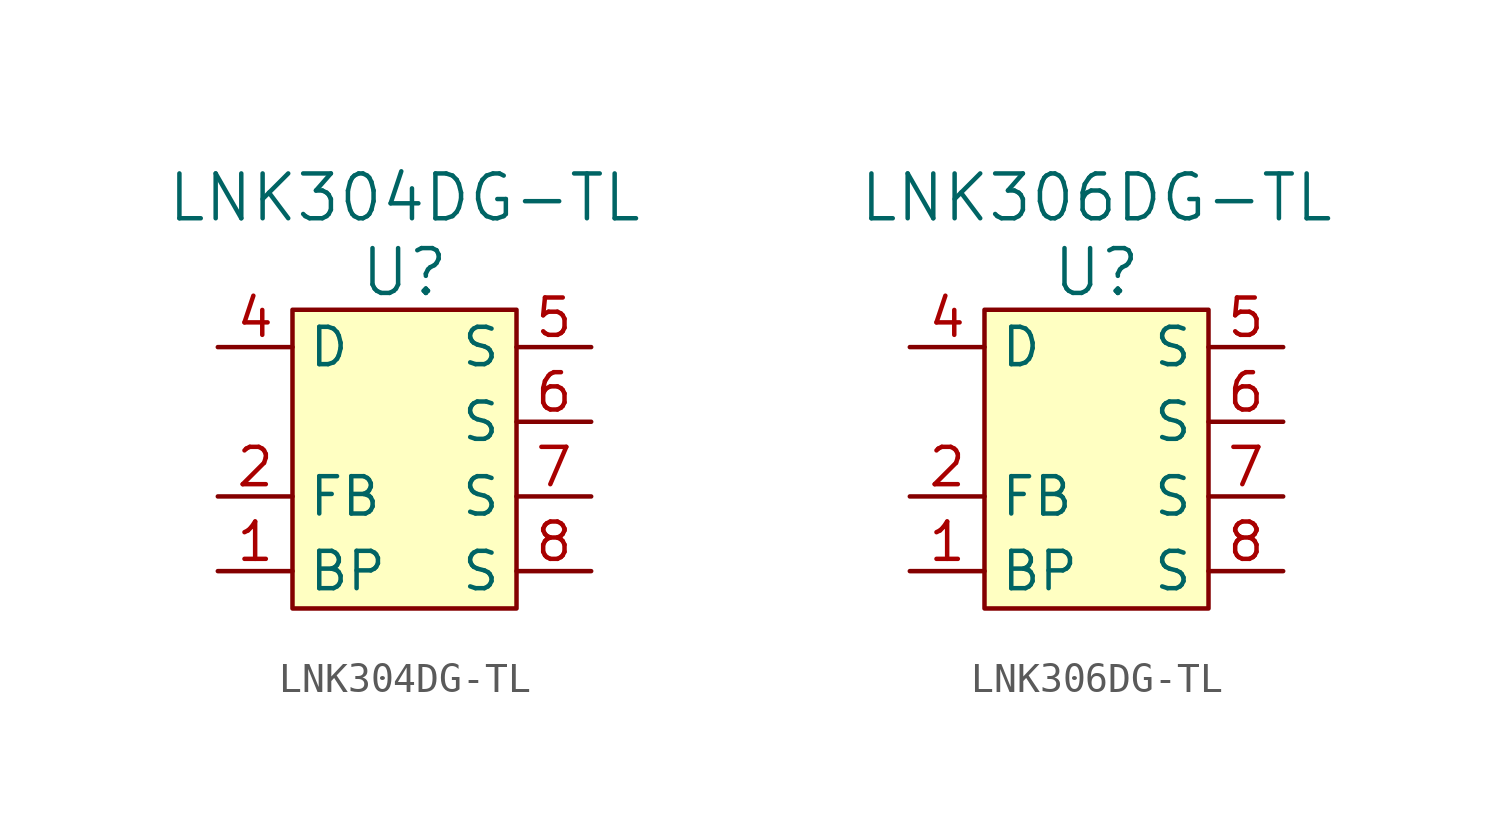
<source format=kicad_sym>
(kicad_symbol_lib
  (version 20231120)
  (generator "kicad_symbol_editor")
  (generator_version "8.0")
  (symbol "LNK304DG-TL"
    (property "Reference" "U"
      (at 1.27 5.08 0)
      (effects (font (size 1.524 1.524))))
    (property "Value" "LNK304DG-TL"
      (at 1.27 7.62 0)
      (effects (font (size 1.524 1.524))))
    (symbol "LNK304DG-TL_0_1"
      (rectangle (start -2.54 3.81) (end 5.08 -6.35) (stroke (width 0) (type default)) (fill (type background))))
    (symbol "LNK304DG-TL_1_1"
      (pin passive line (at -5.08 -5.08 0) (length 2.54) (name "BP" (effects (font (size 1.27 1.27)))) (number "1" (effects (font (size 1.27 1.27)))))
      (pin input line (at -5.08 -2.54 0) (length 2.54) (name "FB" (effects (font (size 1.27 1.27)))) (number "2" (effects (font (size 1.27 1.27)))))
      (pin passive line (at -5.08 2.54 0) (length 2.54) (name "D" (effects (font (size 1.27 1.27)))) (number "4" (effects (font (size 1.27 1.27)))))
      (pin passive line (at 7.62 2.54 180) (length 2.54) (name "S" (effects (font (size 1.27 1.27)))) (number "5" (effects (font (size 1.27 1.27)))))
      (pin passive line (at 7.62 0 180) (length 2.54) (name "S" (effects (font (size 1.27 1.27)))) (number "6" (effects (font (size 1.27 1.27)))))
      (pin passive line (at 7.62 -2.54 180) (length 2.54) (name "S" (effects (font (size 1.27 1.27)))) (number "7" (effects (font (size 1.27 1.27)))))
      (pin passive line (at 7.62 -5.08 180) (length 2.54) (name "S" (effects (font (size 1.27 1.27)))) (number "8" (effects (font (size 1.27 1.27)))))))
  (symbol "LNK306DG-TL"
    (property "Reference" "U"
      (at 1.27 5.08 0)
      (effects (font (size 1.524 1.524))))
    (property "Value" "LNK306DG-TL"
      (at 1.27 7.62 0)
      (effects (font (size 1.524 1.524))))
    (symbol "LNK306DG-TL_0_1"
      (rectangle (start -2.54 3.81) (end 5.08 -6.35) (stroke (width 0) (type default)) (fill (type background))))
    (symbol "LNK306DG-TL_1_1"
      (pin passive line (at -5.08 -5.08 0) (length 2.54) (name "BP" (effects (font (size 1.27 1.27)))) (number "1" (effects (font (size 1.27 1.27)))))
      (pin input line (at -5.08 -2.54 0) (length 2.54) (name "FB" (effects (font (size 1.27 1.27)))) (number "2" (effects (font (size 1.27 1.27)))))
      (pin passive line (at -5.08 2.54 0) (length 2.54) (name "D" (effects (font (size 1.27 1.27)))) (number "4" (effects (font (size 1.27 1.27)))))
      (pin passive line (at 7.62 2.54 180) (length 2.54) (name "S" (effects (font (size 1.27 1.27)))) (number "5" (effects (font (size 1.27 1.27)))))
      (pin passive line (at 7.62 0 180) (length 2.54) (name "S" (effects (font (size 1.27 1.27)))) (number "6" (effects (font (size 1.27 1.27)))))
      (pin passive line (at 7.62 -2.54 180) (length 2.54) (name "S" (effects (font (size 1.27 1.27)))) (number "7" (effects (font (size 1.27 1.27)))))
      (pin passive line (at 7.62 -5.08 180) (length 2.54) (name "S" (effects (font (size 1.27 1.27)))) (number "8" (effects (font (size 1.27 1.27))))))))
</source>
